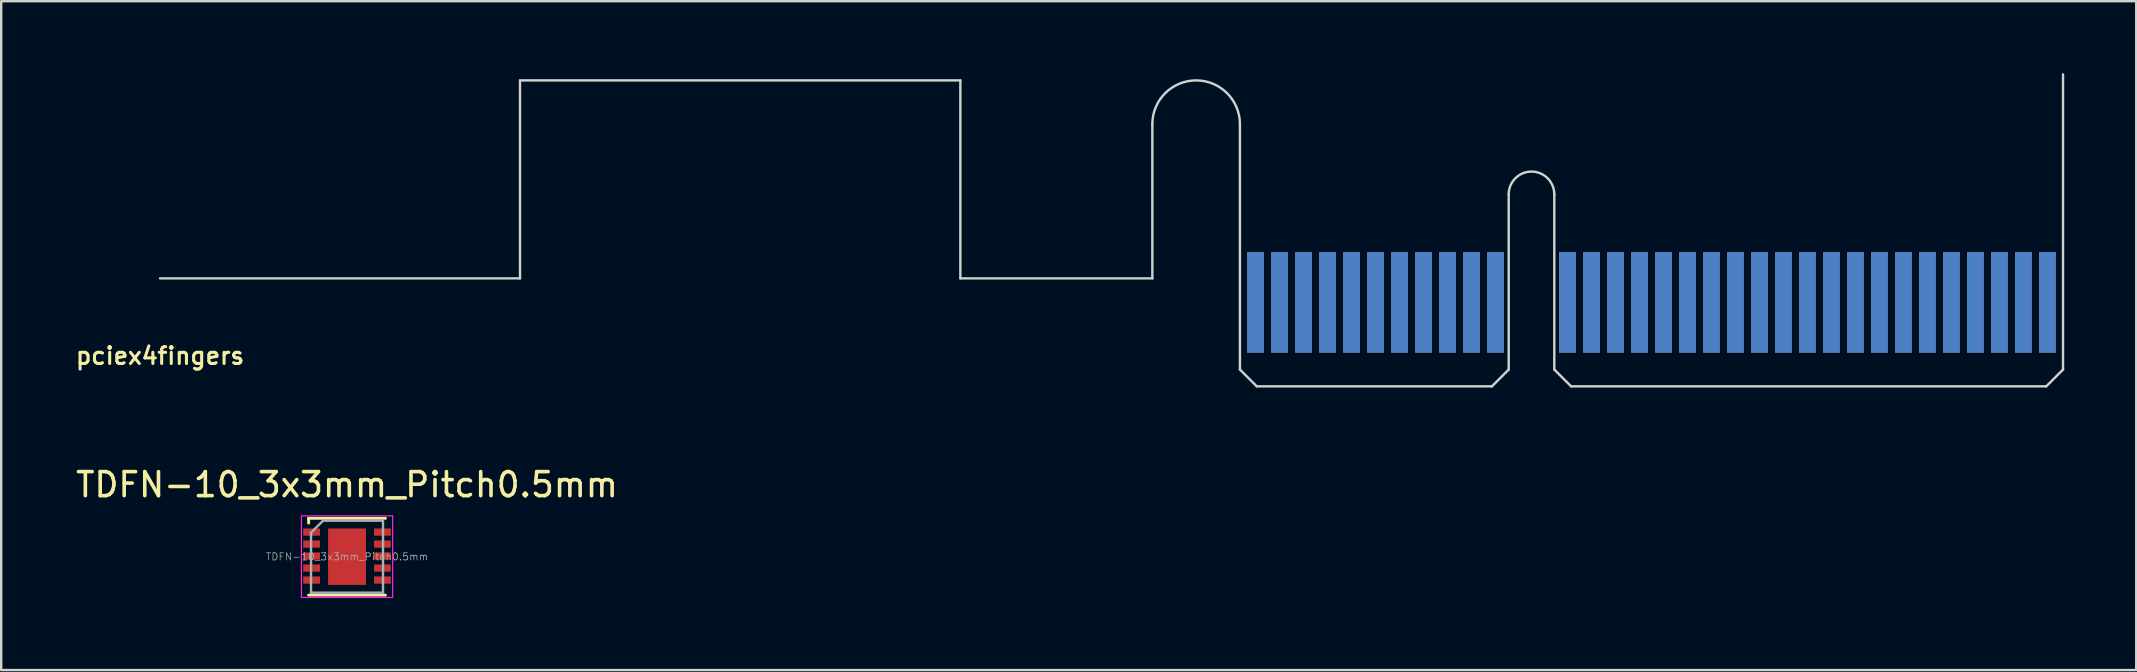
<source format=kicad_pcb>
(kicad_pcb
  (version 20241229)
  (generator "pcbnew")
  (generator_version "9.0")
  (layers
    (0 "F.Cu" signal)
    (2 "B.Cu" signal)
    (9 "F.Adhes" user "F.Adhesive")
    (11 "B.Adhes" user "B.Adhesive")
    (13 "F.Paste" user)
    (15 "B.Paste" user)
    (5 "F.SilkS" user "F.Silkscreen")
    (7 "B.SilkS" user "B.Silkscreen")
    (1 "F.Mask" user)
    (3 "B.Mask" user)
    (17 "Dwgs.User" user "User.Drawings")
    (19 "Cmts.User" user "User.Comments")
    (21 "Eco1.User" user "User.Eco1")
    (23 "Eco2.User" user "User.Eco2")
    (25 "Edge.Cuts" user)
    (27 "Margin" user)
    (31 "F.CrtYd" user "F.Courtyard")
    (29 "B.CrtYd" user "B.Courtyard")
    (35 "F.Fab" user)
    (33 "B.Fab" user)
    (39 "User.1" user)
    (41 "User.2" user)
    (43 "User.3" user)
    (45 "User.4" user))
  (footprint "pciex4fingers"
    (layer "F.Cu")
    (at 3.62 13.05)
    (property "Reference" "pciex4fingers" (at 0 -1.27 0) (layer "F.SilkS") (effects (font (size 0.7 0.7) (thickness 0.127))))
    (attr smd)
    (fp_line (start 0 -4.5) (end 15 -4.5) (stroke (width 0.1) (type solid)) (layer "Edge.Cuts"))
    (fp_line (start 15 -12.75) (end 33.35 -12.75) (stroke (width 0.1) (type solid)) (layer "Edge.Cuts"))
    (fp_line (start 15 -4.5) (end 15 -12.75) (stroke (width 0.1) (type solid)) (layer "Edge.Cuts"))
    (fp_line (start 33.35 -12.75) (end 33.35 -4.5) (stroke (width 0.1) (type solid)) (layer "Edge.Cuts"))
    (fp_line (start 33.35 -4.5) (end 41.35 -4.5) (stroke (width 0.1) (type solid)) (layer "Edge.Cuts"))
    (fp_line (start 41.35 -4.5) (end 41.35 -10.925) (stroke (width 0.1) (type solid)) (layer "Edge.Cuts"))
    (fp_line (start 45 -10.925) (end 45 -0.7) (stroke (width 0.1) (type solid)) (layer "Edge.Cuts"))
    (fp_line (start 45.7 0) (end 45 -0.7) (stroke (width 0.1) (type solid)) (layer "Edge.Cuts"))
    (fp_line (start 45.7 0) (end 55.5 0) (stroke (width 0.1) (type solid)) (layer "Edge.Cuts"))
    (fp_line (start 55.5 0) (end 56.2 -0.7) (stroke (width 0.1) (type solid)) (layer "Edge.Cuts"))
    (fp_line (start 56.2 -0.7) (end 56.2 -8) (stroke (width 0.1) (type solid)) (layer "Edge.Cuts"))
    (fp_line (start 58.1 -8) (end 58.1 -0.7) (stroke (width 0.1) (type solid)) (layer "Edge.Cuts"))
    (fp_line (start 58.8 0) (end 58.1 -0.7) (stroke (width 0.1) (type solid)) (layer "Edge.Cuts"))
    (fp_line (start 58.8 0) (end 78.6 0) (stroke (width 0.1) (type solid)) (layer "Edge.Cuts"))
    (fp_line (start 78.6 0) (end 79.3 -0.7) (stroke (width 0.1) (type solid)) (layer "Edge.Cuts"))
    (fp_line (start 79.3 -0.7) (end 79.3 -13) (stroke (width 0.1) (type solid)) (layer "Edge.Cuts"))
    (fp_arc (start 41.35 -10.925) (mid 43.175 -12.75) (end 45 -10.925) (stroke (width 0.1) (type solid)) (layer "Edge.Cuts"))
    (fp_arc (start 56.2 -8) (mid 57.15 -8.95) (end 58.1 -8) (stroke (width 0.1) (type solid)) (layer "Edge.Cuts"))
    (pad "A1" smd rect (at 45.65 -3.5) (size 0.7 4.2) (layers "B.Cu" "B.Mask"))
    (pad "A2" smd rect (at 46.65 -3.5) (size 0.7 4.2) (layers "B.Cu" "B.Mask"))
    (pad "A3" smd rect (at 47.65 -3.5) (size 0.7 4.2) (layers "B.Cu" "B.Mask"))
    (pad "A4" smd rect (at 48.65 -3.5) (size 0.7 4.2) (layers "B.Cu" "B.Mask"))
    (pad "A5" smd rect (at 49.65 -3.5) (size 0.7 4.2) (layers "B.Cu" "B.Mask"))
    (pad "A6" smd rect (at 50.65 -3.5) (size 0.7 4.2) (layers "B.Cu" "B.Mask"))
    (pad "A7" smd rect (at 51.65 -3.5) (size 0.7 4.2) (layers "B.Cu" "B.Mask"))
    (pad "A8" smd rect (at 52.65 -3.5) (size 0.7 4.2) (layers "B.Cu" "B.Mask"))
    (pad "A9" smd rect (at 53.65 -3.5) (size 0.7 4.2) (layers "B.Cu" "B.Mask"))
    (pad "A10" smd rect (at 54.65 -3.5) (size 0.7 4.2) (layers "B.Cu" "B.Mask"))
    (pad "A11" smd rect (at 55.65 -3.5) (size 0.7 4.2) (layers "B.Cu" "B.Mask"))
    (pad "A12" smd rect (at 58.65 -3.5) (size 0.7 4.2) (layers "B.Cu" "B.Mask"))
    (pad "A13" smd rect (at 59.65 -3.5) (size 0.7 4.2) (layers "B.Cu" "B.Mask"))
    (pad "A14" smd rect (at 60.65 -3.5) (size 0.7 4.2) (layers "B.Cu" "B.Mask"))
    (pad "A15" smd rect (at 61.65 -3.5) (size 0.7 4.2) (layers "B.Cu" "B.Mask"))
    (pad "A16" smd rect (at 62.65 -3.5) (size 0.7 4.2) (layers "B.Cu" "B.Mask"))
    (pad "A17" smd rect (at 63.65 -3.5) (size 0.7 4.2) (layers "B.Cu" "B.Mask"))
    (pad "A18" smd rect (at 64.65 -3.5) (size 0.7 4.2) (layers "B.Cu" "B.Mask"))
    (pad "A19" smd rect (at 65.65 -3.5) (size 0.7 4.2) (layers "B.Cu" "B.Mask"))
    (pad "A20" smd rect (at 66.65 -3.5) (size 0.7 4.2) (layers "B.Cu" "B.Mask"))
    (pad "A21" smd rect (at 67.65 -3.5) (size 0.7 4.2) (layers "B.Cu" "B.Mask"))
    (pad "A22" smd rect (at 68.65 -3.5) (size 0.7 4.2) (layers "B.Cu" "B.Mask"))
    (pad "A23" smd rect (at 69.65 -3.5) (size 0.7 4.2) (layers "B.Cu" "B.Mask"))
    (pad "A24" smd rect (at 70.65 -3.5) (size 0.7 4.2) (layers "B.Cu" "B.Mask"))
    (pad "A25" smd rect (at 71.65 -3.5) (size 0.7 4.2) (layers "B.Cu" "B.Mask"))
    (pad "A26" smd rect (at 72.65 -3.5) (size 0.7 4.2) (layers "B.Cu" "B.Mask"))
    (pad "A27" smd rect (at 73.65 -3.5) (size 0.7 4.2) (layers "B.Cu" "B.Mask"))
    (pad "A28" smd rect (at 74.65 -3.5) (size 0.7 4.2) (layers "B.Cu" "B.Mask"))
    (pad "A29" smd rect (at 75.65 -3.5) (size 0.7 4.2) (layers "B.Cu" "B.Mask"))
    (pad "A30" smd rect (at 76.65 -3.5) (size 0.7 4.2) (layers "B.Cu" "B.Mask"))
    (pad "A31" smd rect (at 77.65 -3.5) (size 0.7 4.2) (layers "B.Cu" "B.Mask"))
    (pad "A32" smd rect (at 78.65 -3.5) (size 0.7 4.2) (layers "B.Cu" "B.Mask"))
    (pad "B1" smd rect (at 45.65 -3.5) (size 0.7 4.2) (layers "F.Cu" "F.Mask"))
    (pad "B2" smd rect (at 46.65 -3.5) (size 0.7 4.2) (layers "F.Cu" "F.Mask"))
    (pad "B3" smd rect (at 47.65 -3.5) (size 0.7 4.2) (layers "F.Cu" "F.Mask"))
    (pad "B4" smd rect (at 48.65 -3.5) (size 0.7 4.2) (layers "F.Cu" "F.Mask"))
    (pad "B5" smd rect (at 49.65 -3.5) (size 0.7 4.2) (layers "F.Cu" "F.Mask"))
    (pad "B6" smd rect (at 50.65 -3.5) (size 0.7 4.2) (layers "F.Cu" "F.Mask"))
    (pad "B7" smd rect (at 51.65 -3.5) (size 0.7 4.2) (layers "F.Cu" "F.Mask"))
    (pad "B8" smd rect (at 52.65 -3.5) (size 0.7 4.2) (layers "F.Cu" "F.Mask"))
    (pad "B9" smd rect (at 53.65 -3.5) (size 0.7 4.2) (layers "F.Cu" "F.Mask"))
    (pad "B10" smd rect (at 54.65 -3.5) (size 0.7 4.2) (layers "F.Cu" "F.Mask"))
    (pad "B11" smd rect (at 55.65 -3.5) (size 0.7 4.2) (layers "F.Cu" "F.Mask"))
    (pad "B12" smd rect (at 58.65 -3.5) (size 0.7 4.2) (layers "F.Cu" "F.Mask"))
    (pad "B13" smd rect (at 59.65 -3.5) (size 0.7 4.2) (layers "F.Cu" "F.Mask"))
    (pad "B14" smd rect (at 60.65 -3.5) (size 0.7 4.2) (layers "F.Cu" "F.Mask"))
    (pad "B15" smd rect (at 61.65 -3.5) (size 0.7 4.2) (layers "F.Cu" "F.Mask"))
    (pad "B16" smd rect (at 62.65 -3.5) (size 0.7 4.2) (layers "F.Cu" "F.Mask"))
    (pad "B17" smd rect (at 63.65 -3.5) (size 0.7 4.2) (layers "F.Cu" "F.Mask"))
    (pad "B18" smd rect (at 64.65 -3.5) (size 0.7 4.2) (layers "F.Cu" "F.Mask"))
    (pad "B19" smd rect (at 65.65 -3.5) (size 0.7 4.2) (layers "F.Cu" "F.Mask"))
    (pad "B20" smd rect (at 66.65 -3.5) (size 0.7 4.2) (layers "F.Cu" "F.Mask"))
    (pad "B21" smd rect (at 67.65 -3.5) (size 0.7 4.2) (layers "F.Cu" "F.Mask"))
    (pad "B22" smd rect (at 68.65 -3.5) (size 0.7 4.2) (layers "F.Cu" "F.Mask"))
    (pad "B23" smd rect (at 69.65 -3.5) (size 0.7 4.2) (layers "F.Cu" "F.Mask"))
    (pad "B24" smd rect (at 70.65 -3.5) (size 0.7 4.2) (layers "F.Cu" "F.Mask"))
    (pad "B25" smd rect (at 71.65 -3.5) (size 0.7 4.2) (layers "F.Cu" "F.Mask"))
    (pad "B26" smd rect (at 72.65 -3.5) (size 0.7 4.2) (layers "F.Cu" "F.Mask"))
    (pad "B27" smd rect (at 73.65 -3.5) (size 0.7 4.2) (layers "F.Cu" "F.Mask"))
    (pad "B28" smd rect (at 74.65 -3.5) (size 0.7 4.2) (layers "F.Cu" "F.Mask"))
    (pad "B29" smd rect (at 75.65 -3.5) (size 0.7 4.2) (layers "F.Cu" "F.Mask"))
    (pad "B30" smd rect (at 76.65 -3.5) (size 0.7 4.2) (layers "F.Cu" "F.Mask"))
    (pad "B31" smd rect (at 77.65 -3.5) (size 0.7 4.2) (layers "F.Cu" "F.Mask"))
    (pad "B32" smd rect (at 78.65 -3.5) (size 0.7 4.2) (layers "F.Cu" "F.Mask")))
  (footprint "TDFN-10_3x3mm_Pitch0.5mm"
    (layer "F.Cu")
    (at 11.411 20.148)
    (property "Reference" "TDFN-10_3x3mm_Pitch0.5mm" (at 0 -3 0) (layer "F.SilkS") (effects (font (size 1 1) (thickness 0.15))))
    (attr smd)
    (fp_line (start -1.6 -1.6) (end -1.6 -1.4) (stroke (width 0.12) (type solid)) (layer "F.SilkS"))
    (fp_line (start 1.6 -1.6) (end -1.6 -1.6) (stroke (width 0.12) (type solid)) (layer "F.SilkS"))
    (fp_line (start 1.6 1.6) (end -1.6 1.6) (stroke (width 0.12) (type solid)) (layer "F.SilkS"))
    (fp_line (start -1.9 -1.7) (end -1.9 1.7) (stroke (width 0.05) (type solid)) (layer "F.CrtYd"))
    (fp_line (start -1.9 1.7) (end 1.9 1.7) (stroke (width 0.05) (type solid)) (layer "F.CrtYd"))
    (fp_line (start 1.9 -1.7) (end -1.9 -1.7) (stroke (width 0.05) (type solid)) (layer "F.CrtYd"))
    (fp_line (start 1.9 1.7) (end 1.9 -1.7) (stroke (width 0.05) (type solid)) (layer "F.CrtYd"))
    (fp_line (start -1.5 1.5) (end -1.5 -1) (stroke (width 0.1) (type solid)) (layer "F.Fab"))
    (fp_line (start -1 -1.5) (end -1.5 -1) (stroke (width 0.1) (type solid)) (layer "F.Fab"))
    (fp_line (start -1 -1.5) (end 1.5 -1.5) (stroke (width 0.1) (type solid)) (layer "F.Fab"))
    (fp_line (start 1.5 -1.5) (end 1.5 1.5) (stroke (width 0.1) (type solid)) (layer "F.Fab"))
    (fp_line (start 1.5 1.5) (end -1.5 1.5) (stroke (width 0.1) (type solid)) (layer "F.Fab"))
    (fp_text user "${REFERENCE}" (at 0 0 0) (layer "F.Fab") (effects (font (size 0.3 0.3) (thickness 0.03))))
    (pad "1" smd rect (at -1.475 -1.025) (size 0.7 0.3) (layers "F.Cu" "F.Mask" "F.Paste"))
    (pad "2" smd rect (at -1.475 -0.525) (size 0.7 0.3) (layers "F.Cu" "F.Mask" "F.Paste"))
    (pad "3" smd rect (at -1.475 -0.025) (size 0.7 0.3) (layers "F.Cu" "F.Mask" "F.Paste"))
    (pad "4" smd rect (at -1.475 0.475) (size 0.7 0.3) (layers "F.Cu" "F.Mask" "F.Paste"))
    (pad "5" smd rect (at -1.475 0.975) (size 0.7 0.3) (layers "F.Cu" "F.Mask" "F.Paste"))
    (pad "6" smd rect (at 1.475 0.975) (size 0.7 0.3) (layers "F.Cu" "F.Mask" "F.Paste"))
    (pad "7" smd rect (at 1.475 0.475) (size 0.7 0.3) (layers "F.Cu" "F.Mask" "F.Paste"))
    (pad "8" smd rect (at 1.475 -0.025) (size 0.7 0.3) (layers "F.Cu" "F.Mask" "F.Paste"))
    (pad "9" smd rect (at 1.475 -0.525) (size 0.7 0.3) (layers "F.Cu" "F.Mask" "F.Paste"))
    (pad "10" smd rect (at 1.475 -1.025) (size 0.7 0.3) (layers "F.Cu" "F.Mask" "F.Paste"))
    (pad "11" smd rect (at 0 0) (size 1.58 2.35) (layers "F.Cu" "F.Mask" "F.Paste")))
  (gr_rect
    (start -3 -3)
    (end 85.97 24.873)
    (stroke (width 0.1) (type default))
    (fill no)
    (layer "Edge.Cuts")))
</source>
